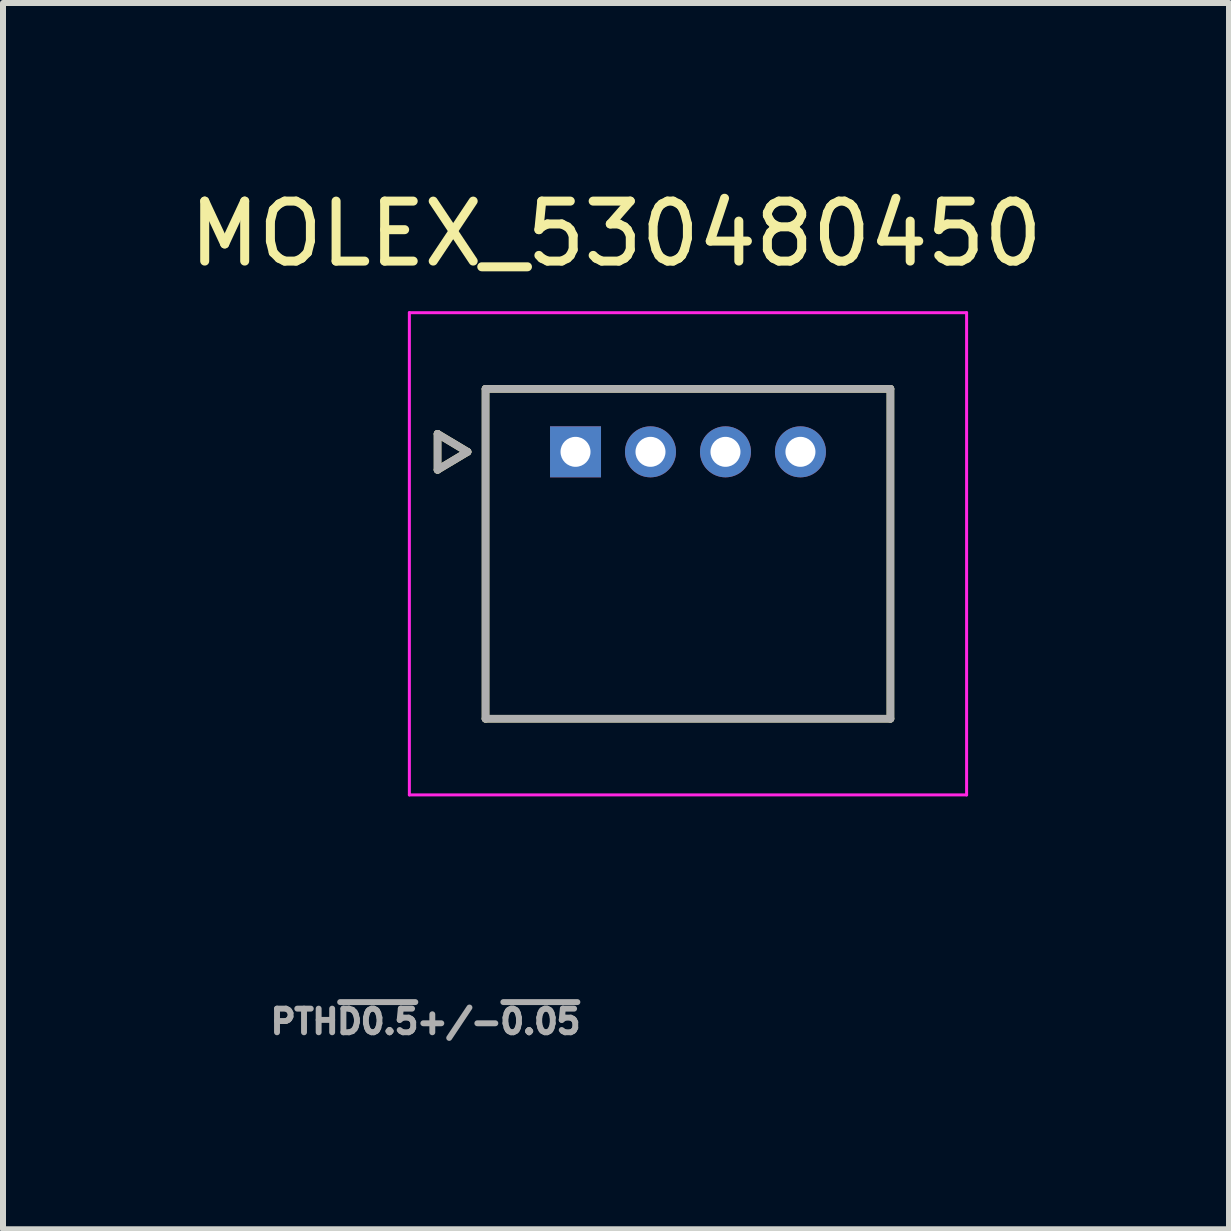
<source format=kicad_pcb>
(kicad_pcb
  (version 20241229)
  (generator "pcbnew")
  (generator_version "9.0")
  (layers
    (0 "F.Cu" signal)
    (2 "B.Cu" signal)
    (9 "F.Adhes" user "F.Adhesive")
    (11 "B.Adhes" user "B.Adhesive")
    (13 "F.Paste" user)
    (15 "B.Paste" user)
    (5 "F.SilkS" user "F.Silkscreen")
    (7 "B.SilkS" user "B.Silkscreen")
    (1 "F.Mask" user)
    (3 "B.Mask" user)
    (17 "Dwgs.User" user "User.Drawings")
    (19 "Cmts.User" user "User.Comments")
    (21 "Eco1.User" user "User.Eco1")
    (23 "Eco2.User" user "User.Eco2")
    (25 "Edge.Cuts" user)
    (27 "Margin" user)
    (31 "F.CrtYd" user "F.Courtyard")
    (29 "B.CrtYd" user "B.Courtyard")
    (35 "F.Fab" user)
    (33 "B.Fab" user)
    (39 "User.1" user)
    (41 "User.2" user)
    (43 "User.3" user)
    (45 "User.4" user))
  (footprint "MOLEX_530480450"
    (layer "F.Cu")
    (at 6.545 4.483)
    (property "Reference" "MOLEX_530480450" (at 0.675 -3.635 0) (layer "F.SilkS") (effects (font (size 1 1) (thickness 0.15))))
    (attr through_hole)
    (fp_circle (center 1.25 0) (end 1.501 0) (stroke (width 0.501) (type solid)) (fill no) (layer "F.Mask"))
    (fp_circle (center 2.5 0) (end 2.751 0) (stroke (width 0.501) (type solid)) (fill no) (layer "F.Mask"))
    (fp_circle (center 3.75 0) (end 4.001 0) (stroke (width 0.501) (type solid)) (fill no) (layer "F.Mask"))
    (fp_poly (pts (xy -0.501 -0.501) (xy 0.501 -0.501) (xy 0.501 0.501) (xy -0.501 0.501)) (stroke (width 0.01) (type solid)) (fill yes) (layer "F.Mask"))
    (fp_circle (center 1.25 0) (end 1.501 0) (stroke (width 0.501) (type solid)) (fill no) (layer "B.Mask"))
    (fp_circle (center 2.5 0) (end 2.751 0) (stroke (width 0.501) (type solid)) (fill no) (layer "B.Mask"))
    (fp_circle (center 3.75 0) (end 4.001 0) (stroke (width 0.501) (type solid)) (fill no) (layer "B.Mask"))
    (fp_poly (pts (xy -0.501 -0.501) (xy 0.501 -0.501) (xy 0.501 0.501) (xy -0.501 0.501)) (stroke (width 0.01) (type solid)) (fill yes) (layer "B.Mask"))
    (fp_line (start -2.3 -0.3) (end -1.8 0) (stroke (width 0.127) (type solid)) (layer "F.SilkS"))
    (fp_line (start -2.3 0.3) (end -2.3 -0.3) (stroke (width 0.127) (type solid)) (layer "F.SilkS"))
    (fp_line (start -1.8 0) (end -2.3 0.3) (stroke (width 0.127) (type solid)) (layer "F.SilkS"))
    (fp_line (start -1.5 -1.05) (end 5.25 -1.05) (stroke (width 0.127) (type solid)) (layer "F.SilkS"))
    (fp_line (start -1.5 4.45) (end -1.5 -1.05) (stroke (width 0.127) (type solid)) (layer "F.SilkS"))
    (fp_line (start 5.25 -1.05) (end 5.25 4.45) (stroke (width 0.127) (type solid)) (layer "F.SilkS"))
    (fp_line (start 5.25 4.45) (end -1.5 4.45) (stroke (width 0.127) (type solid)) (layer "F.SilkS"))
    (fp_line (start -2.77 -2.32) (end 6.52 -2.32) (stroke (width 0.05) (type solid)) (layer "F.CrtYd"))
    (fp_line (start -2.77 5.72) (end -2.77 -2.32) (stroke (width 0.05) (type solid)) (layer "F.CrtYd"))
    (fp_line (start 6.52 -2.32) (end 6.52 5.72) (stroke (width 0.05) (type solid)) (layer "F.CrtYd"))
    (fp_line (start 6.52 5.72) (end -2.77 5.72) (stroke (width 0.05) (type solid)) (layer "F.CrtYd"))
    (fp_line (start -2.3 -0.3) (end -1.8 0) (stroke (width 0.127) (type solid)) (layer "F.Fab"))
    (fp_line (start -2.3 0.3) (end -2.3 -0.3) (stroke (width 0.127) (type solid)) (layer "F.Fab"))
    (fp_line (start -1.8 0) (end -2.3 0.3) (stroke (width 0.127) (type solid)) (layer "F.Fab"))
    (fp_line (start -1.5 -1.05) (end 5.25 -1.05) (stroke (width 0.127) (type solid)) (layer "F.Fab"))
    (fp_line (start -1.5 4.45) (end -1.5 -1.05) (stroke (width 0.127) (type solid)) (layer "F.Fab"))
    (fp_line (start 5.25 -1.05) (end 5.25 4.45) (stroke (width 0.127) (type solid)) (layer "F.Fab"))
    (fp_line (start 5.25 4.45) (end -1.5 4.45) (stroke (width 0.127) (type solid)) (layer "F.Fab"))
    (fp_text user "PTH~{D0.5}+/-~{0.05}" (at -2.5 9.5 0) (layer "F.Fab") (effects (font (size 0.394 0.394) (thickness 0.15))))
    (pad "1" thru_hole rect (at 0 0) (size 0.85 0.85) (drill 0.5) (layers "*.Cu"))
    (pad "2" thru_hole circle (at 1.25 0) (size 0.85 0.85) (drill 0.5) (layers "*.Cu"))
    (pad "3" thru_hole circle (at 2.5 0) (size 0.85 0.85) (drill 0.5) (layers "*.Cu"))
    (pad "4" thru_hole circle (at 3.75 0) (size 0.85 0.85) (drill 0.5) (layers "*.Cu")))
  (gr_rect
    (start -3 -3)
    (end 17.44 17.444)
    (stroke (width 0.1) (type default))
    (fill no)
    (layer "Edge.Cuts")))
</source>
